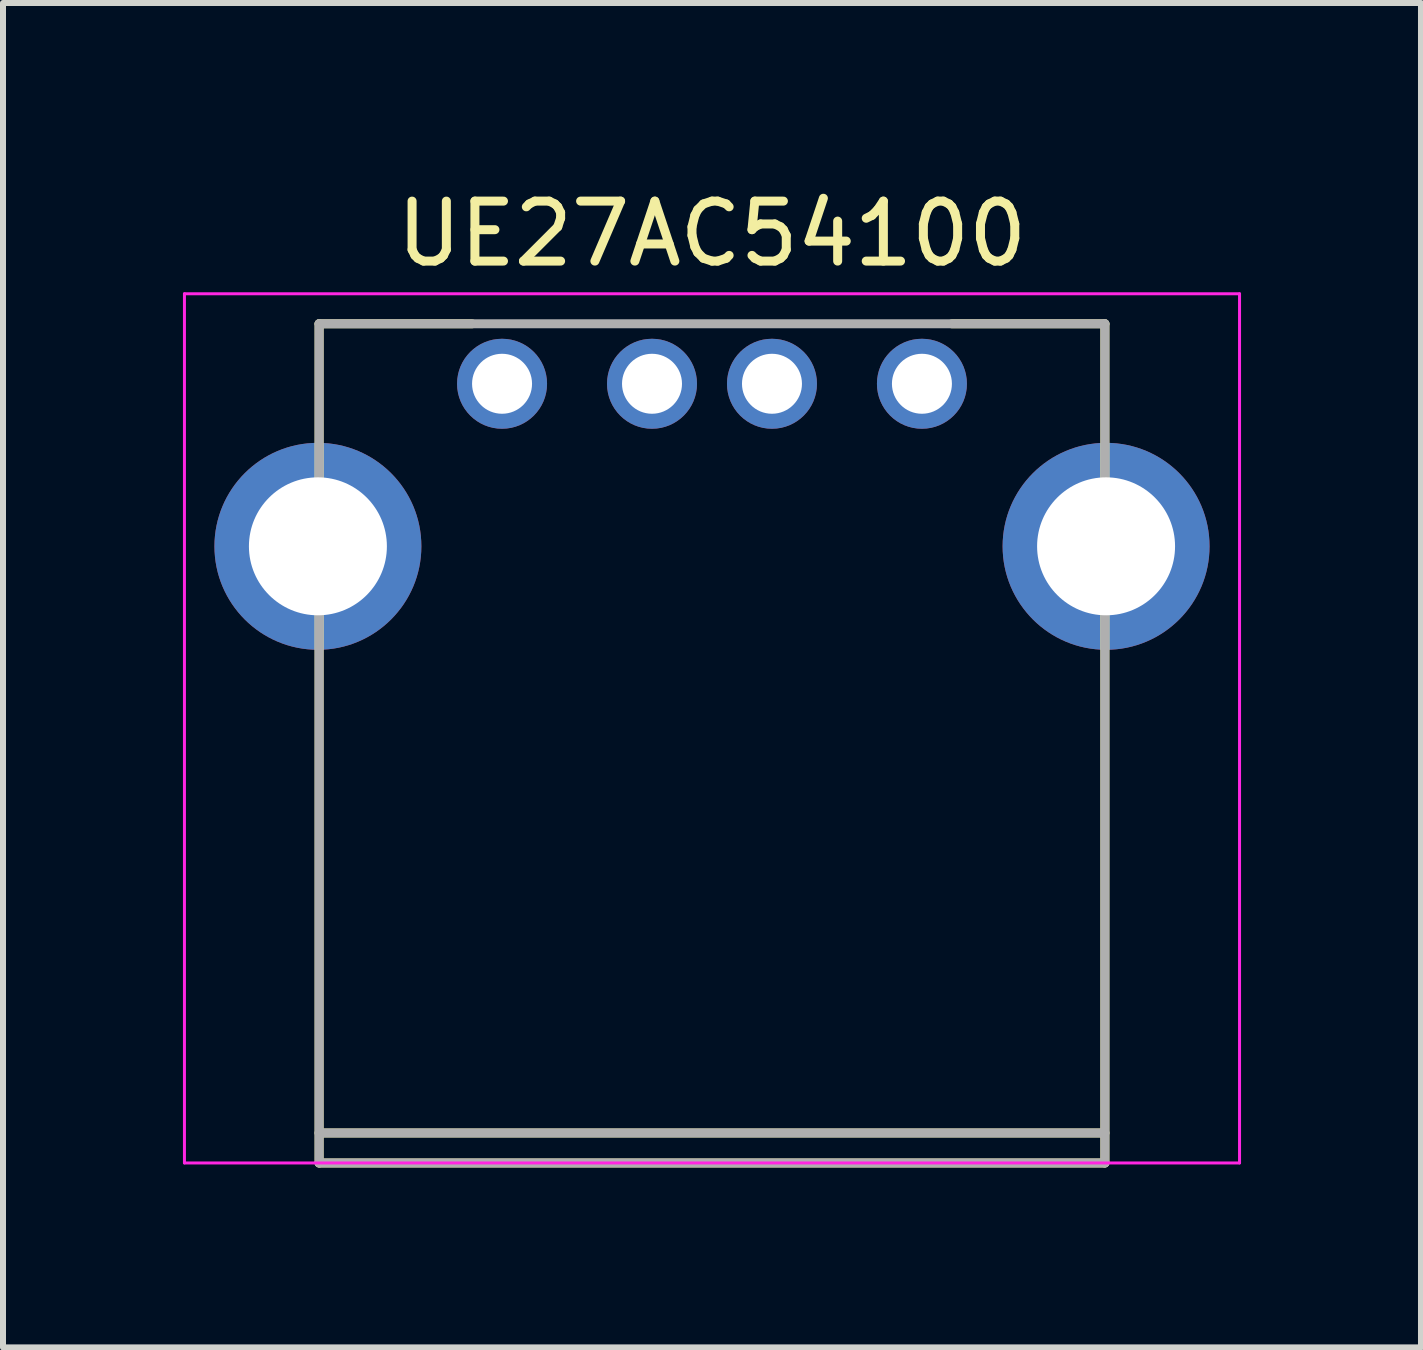
<source format=kicad_pcb>
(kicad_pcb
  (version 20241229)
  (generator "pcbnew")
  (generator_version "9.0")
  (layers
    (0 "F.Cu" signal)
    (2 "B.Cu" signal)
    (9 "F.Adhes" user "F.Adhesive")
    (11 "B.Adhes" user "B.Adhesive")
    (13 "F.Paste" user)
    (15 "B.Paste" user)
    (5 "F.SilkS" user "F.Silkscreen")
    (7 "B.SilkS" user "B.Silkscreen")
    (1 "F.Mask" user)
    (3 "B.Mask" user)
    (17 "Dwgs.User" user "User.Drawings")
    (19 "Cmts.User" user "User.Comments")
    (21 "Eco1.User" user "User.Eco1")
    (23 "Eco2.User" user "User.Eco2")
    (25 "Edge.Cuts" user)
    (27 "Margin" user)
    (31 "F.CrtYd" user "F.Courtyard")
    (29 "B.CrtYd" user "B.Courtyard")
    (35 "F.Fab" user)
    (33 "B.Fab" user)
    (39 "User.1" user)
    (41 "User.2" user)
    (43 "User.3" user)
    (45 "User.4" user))
  (footprint "UE27AC54100"
    (layer "F.Cu")
    (at 8.82 3.348)
    (property "Reference" "UE27AC54100" (at 0 -2.5 0) (layer "F.SilkS") (effects (font (size 1 1) (thickness 0.15))))
    (attr smd)
    (fp_line (start -6.55 -1) (end -6.55 12.99) (stroke (width 0.15) (type solid)) (layer "F.SilkS"))
    (fp_line (start -6.55 -1) (end -4 -1) (stroke (width 0.15) (type solid)) (layer "F.SilkS"))
    (fp_line (start 4 -1) (end 6.55 -1) (stroke (width 0.15) (type solid)) (layer "F.SilkS"))
    (fp_line (start 6.55 -1) (end 6.55 12.99) (stroke (width 0.15) (type solid)) (layer "F.SilkS"))
    (fp_line (start 6.55 12.49) (end -6.55 12.49) (stroke (width 0.15) (type solid)) (layer "F.SilkS"))
    (fp_line (start 6.55 12.99) (end -6.55 12.99) (stroke (width 0.15) (type solid)) (layer "F.SilkS"))
    (fp_line (start -8.795 -1.5) (end -8.795 12.99) (stroke (width 0.05) (type solid)) (layer "F.CrtYd"))
    (fp_line (start -8.795 -1.5) (end 8.795 -1.5) (stroke (width 0.05) (type solid)) (layer "F.CrtYd"))
    (fp_line (start -8.795 12.99) (end 8.795 12.99) (stroke (width 0.05) (type solid)) (layer "F.CrtYd"))
    (fp_line (start 8.795 -1.5) (end 8.795 12.99) (stroke (width 0.05) (type solid)) (layer "F.CrtYd"))
    (fp_line (start -6.55 -1) (end -6.55 12.99) (stroke (width 0.15) (type solid)) (layer "F.Fab"))
    (fp_line (start -6.55 -1) (end 6.55 -1) (stroke (width 0.15) (type solid)) (layer "F.Fab"))
    (fp_line (start 6.55 -1) (end 6.55 12.99) (stroke (width 0.15) (type solid)) (layer "F.Fab"))
    (fp_line (start 6.55 12.49) (end -6.55 12.49) (stroke (width 0.15) (type solid)) (layer "F.Fab"))
    (fp_line (start 6.55 12.99) (end -6.55 12.99) (stroke (width 0.15) (type solid)) (layer "F.Fab"))
    (pad "1" thru_hole circle (at -3.5 0) (size 1.5 1.5) (drill 1) (layers "*.Cu" "*.Mask"))
    (pad "2" thru_hole circle (at -1 0) (size 1.5 1.5) (drill 1) (layers "*.Cu" "*.Mask"))
    (pad "3" thru_hole circle (at 1 0) (size 1.5 1.5) (drill 1) (layers "*.Cu" "*.Mask"))
    (pad "4" thru_hole circle (at 3.5 0) (size 1.5 1.5) (drill 1) (layers "*.Cu" "*.Mask"))
    (pad "5" thru_hole circle (at -6.57 2.71) (size 3.45 3.45) (drill 2.3) (layers "*.Cu" "*.Mask"))
    (pad "5" thru_hole circle (at 6.57 2.71) (size 3.45 3.45) (drill 2.3) (layers "*.Cu" "*.Mask")))
  (gr_rect
    (start -3 -3)
    (end 20.64 19.413)
    (stroke (width 0.1) (type default))
    (fill no)
    (layer "Edge.Cuts")))
</source>
